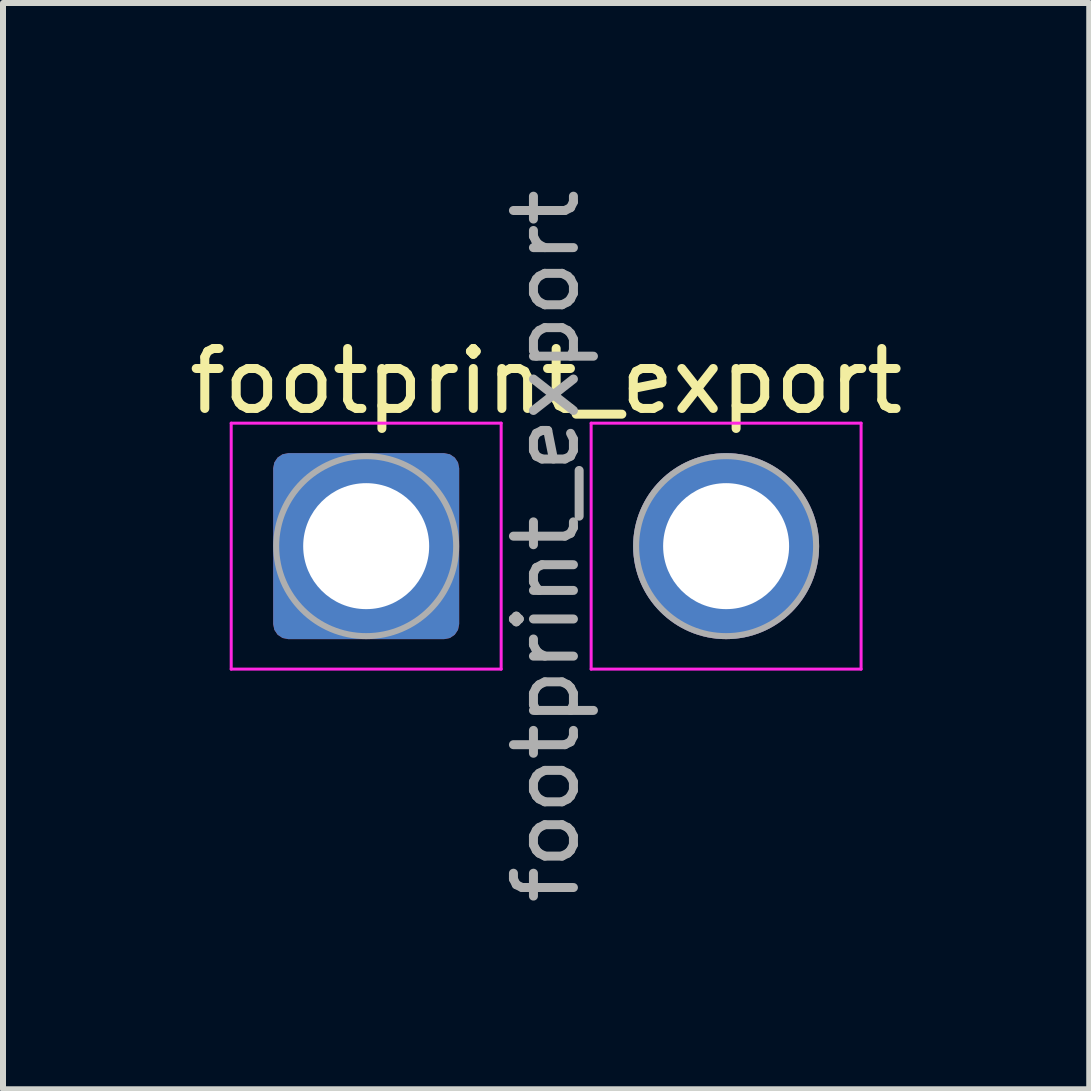
<source format=kicad_pcb>
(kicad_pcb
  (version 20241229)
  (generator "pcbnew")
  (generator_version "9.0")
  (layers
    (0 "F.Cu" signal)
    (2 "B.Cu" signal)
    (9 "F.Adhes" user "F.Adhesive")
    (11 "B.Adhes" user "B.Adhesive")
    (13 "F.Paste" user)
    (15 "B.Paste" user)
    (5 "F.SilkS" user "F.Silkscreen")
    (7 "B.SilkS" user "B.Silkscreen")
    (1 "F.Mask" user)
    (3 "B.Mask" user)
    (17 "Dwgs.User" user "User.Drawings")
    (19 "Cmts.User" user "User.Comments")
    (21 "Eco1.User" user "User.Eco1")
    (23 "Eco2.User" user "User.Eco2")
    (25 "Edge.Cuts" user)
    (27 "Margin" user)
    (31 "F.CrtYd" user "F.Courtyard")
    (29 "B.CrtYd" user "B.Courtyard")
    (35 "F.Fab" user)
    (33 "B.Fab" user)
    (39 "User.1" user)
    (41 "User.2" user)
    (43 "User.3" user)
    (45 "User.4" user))
  (footprint "footprint_export"
    (layer "F.Cu")
    (at 3.054 6.054)
    (property "Reference" "footprint_export" (at 3 -2.75 0) (layer "F.SilkS") (effects (font (size 1 1) (thickness 0.15))))
    (attr exclude_from_pos_files exclude_from_bom)
    (fp_line (start -2.25 -2.05) (end -2.25 2.05) (stroke (width 0.05) (type solid)) (layer "F.CrtYd"))
    (fp_line (start -2.25 2.05) (end 2.25 2.05) (stroke (width 0.05) (type solid)) (layer "F.CrtYd"))
    (fp_line (start 2.25 -2.05) (end -2.25 -2.05) (stroke (width 0.05) (type solid)) (layer "F.CrtYd"))
    (fp_line (start 2.25 2.05) (end 2.25 -2.05) (stroke (width 0.05) (type solid)) (layer "F.CrtYd"))
    (fp_line (start 3.75 -2.05) (end 3.75 2.05) (stroke (width 0.05) (type solid)) (layer "F.CrtYd"))
    (fp_line (start 3.75 2.05) (end 8.25 2.05) (stroke (width 0.05) (type solid)) (layer "F.CrtYd"))
    (fp_line (start 8.25 -2.05) (end 3.75 -2.05) (stroke (width 0.05) (type solid)) (layer "F.CrtYd"))
    (fp_line (start 8.25 2.05) (end 8.25 -2.05) (stroke (width 0.05) (type solid)) (layer "F.CrtYd"))
    (fp_circle (center 0 0) (end 1.5 0) (stroke (width 0.1) (type solid)) (fill no) (layer "F.Fab"))
    (fp_circle (center 6 0) (end 7.5 0) (stroke (width 0.1) (type solid)) (fill no) (layer "F.Fab"))
    (fp_text user "${REFERENCE}" (at 3 0 90) (layer "F.Fab") (effects (font (size 1 1) (thickness 0.15))))
    (pad "1" thru_hole roundrect (at 0 0) (size 3.1 3.1) (drill 2.1) (layers "*.Cu" "*.Mask") (roundrect_rratio 0.081))
    (pad "2" thru_hole circle (at 6 0) (size 3.1 3.1) (drill 2.1) (layers "*.Cu" "*.Mask")))
  (gr_rect
    (start -3 -3)
    (end 15.107 15.107)
    (stroke (width 0.1) (type default))
    (fill no)
    (layer "Edge.Cuts")))
</source>
